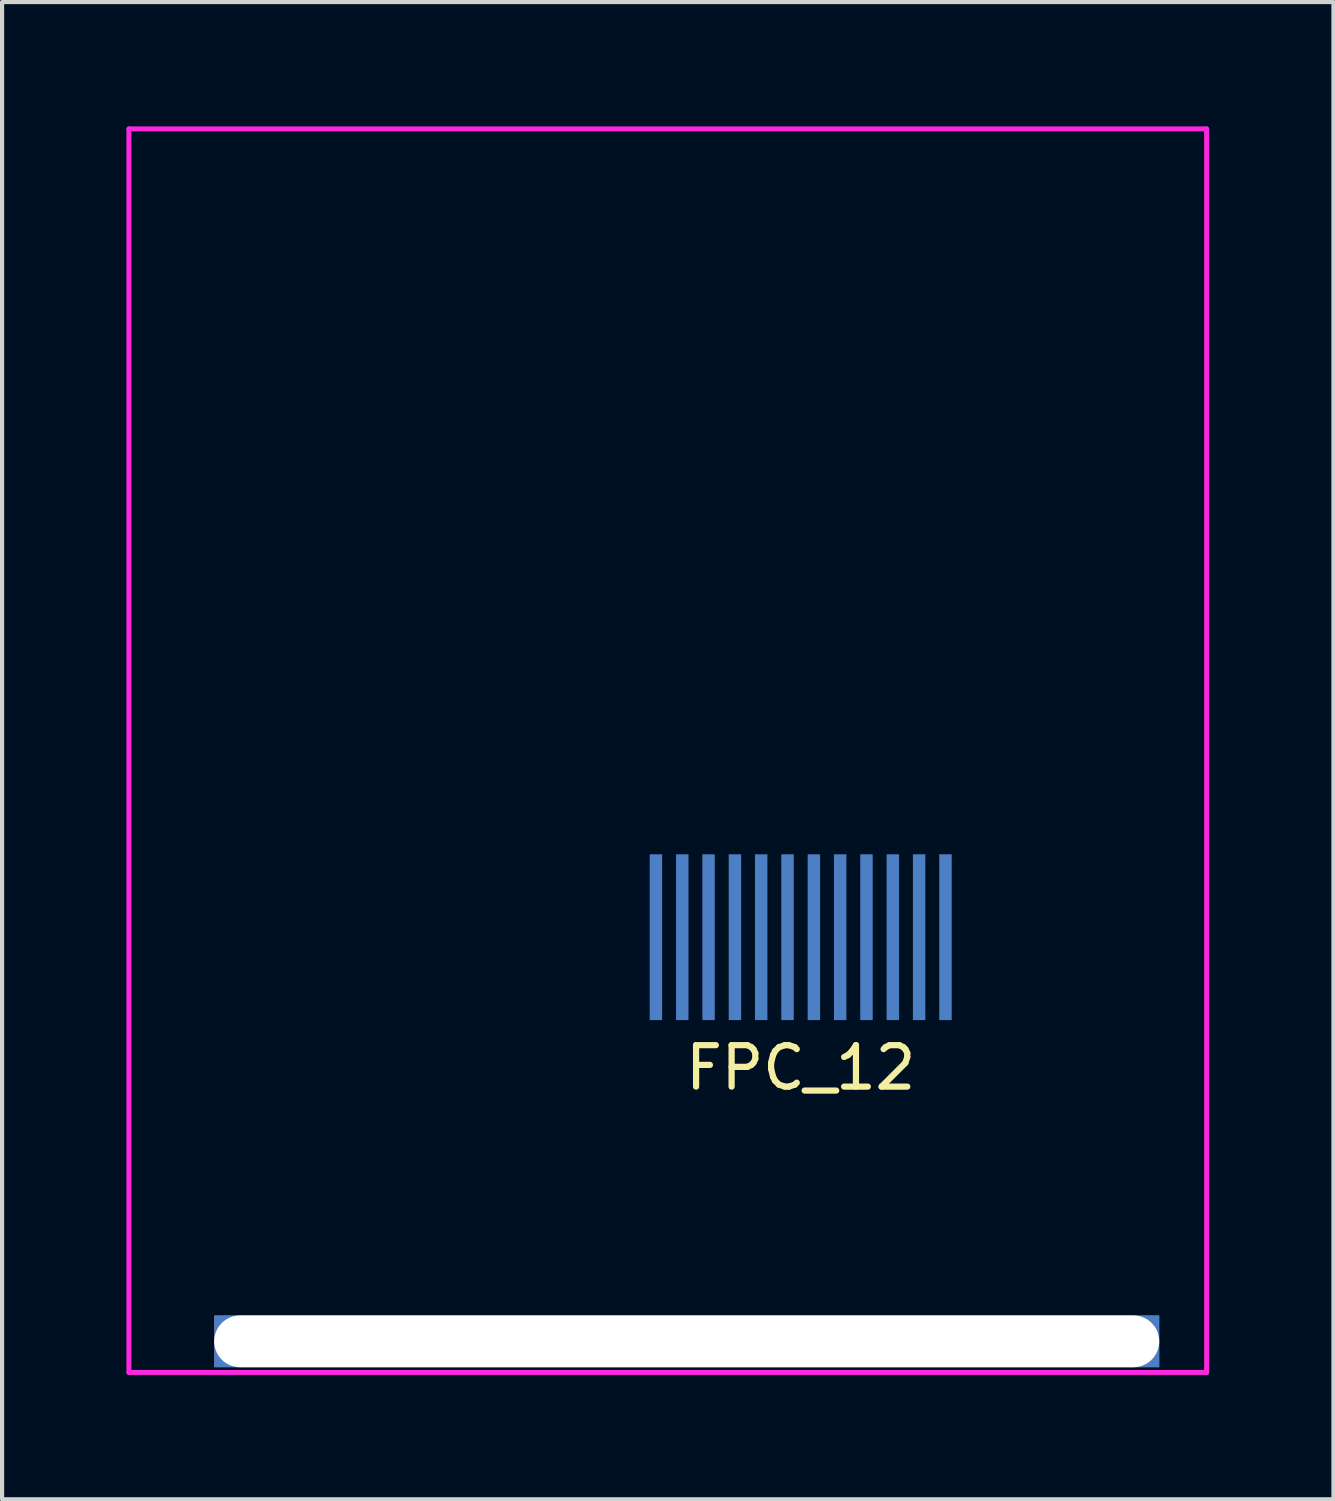
<source format=kicad_pcb>
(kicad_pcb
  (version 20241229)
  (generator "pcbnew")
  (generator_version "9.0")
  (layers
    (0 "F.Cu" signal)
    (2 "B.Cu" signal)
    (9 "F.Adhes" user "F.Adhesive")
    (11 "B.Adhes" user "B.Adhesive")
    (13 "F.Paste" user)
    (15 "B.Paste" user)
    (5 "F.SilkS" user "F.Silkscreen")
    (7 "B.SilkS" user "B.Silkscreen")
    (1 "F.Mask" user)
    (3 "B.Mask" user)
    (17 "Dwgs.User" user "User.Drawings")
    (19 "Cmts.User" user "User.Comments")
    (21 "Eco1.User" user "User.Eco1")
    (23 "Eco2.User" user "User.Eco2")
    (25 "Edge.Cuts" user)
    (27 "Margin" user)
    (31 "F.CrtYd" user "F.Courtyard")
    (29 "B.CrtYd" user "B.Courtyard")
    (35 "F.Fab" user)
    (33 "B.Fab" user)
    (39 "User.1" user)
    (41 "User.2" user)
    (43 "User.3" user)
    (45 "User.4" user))
  (footprint "FPC_12"
    (layer "F.Cu")
    (at 16.267 19.56)
    (property "Reference" "FPC_12" (at 0 3.15 0) (layer "F.SilkS") (effects (font (size 1 1) (thickness 0.15))))
    (attr smd)
    (fp_line (start -16.207 -19.5) (end -16.207 10.5) (stroke (width 0.12) (type solid)) (layer "F.CrtYd"))
    (fp_line (start -16.207 10.5) (end 9.793 10.5) (stroke (width 0.12) (type solid)) (layer "F.CrtYd"))
    (fp_line (start 9.793 -19.5) (end -16.207 -19.5) (stroke (width 0.12) (type solid)) (layer "F.CrtYd"))
    (fp_line (start 9.793 10.5) (end 9.793 -19.5) (stroke (width 0.12) (type solid)) (layer "F.CrtYd"))
    (pad "" thru_hole rect (at -2.75 9.75) (size 22.8 1.25) (drill oval 22.8 1.25) (layers "*.Cu" "F.Mask"))
    (pad "1" smd rect (at 3.493 0) (size 0.3 4) (layers "B.Cu" "B.Mask" "B.Paste"))
    (pad "2" smd rect (at 2.857 0) (size 0.3 4) (layers "B.Cu" "B.Mask" "B.Paste"))
    (pad "3" smd rect (at 2.223 0) (size 0.3 4) (layers "B.Cu" "B.Mask" "B.Paste"))
    (pad "4" smd rect (at 1.587 0) (size 0.3 4) (layers "B.Cu" "B.Mask" "B.Paste"))
    (pad "5" smd rect (at 0.953 0) (size 0.3 4) (layers "B.Cu" "B.Mask" "B.Paste"))
    (pad "6" smd rect (at 0.318 0) (size 0.3 4) (layers "B.Cu" "B.Mask" "B.Paste"))
    (pad "7" smd rect (at -0.318 0) (size 0.3 4) (layers "B.Cu" "B.Mask" "B.Paste"))
    (pad "8" smd rect (at -0.953 0) (size 0.3 4) (layers "B.Cu" "B.Mask" "B.Paste"))
    (pad "9" smd rect (at -1.587 0) (size 0.3 4) (layers "B.Cu" "B.Mask" "B.Paste"))
    (pad "10" smd rect (at -2.223 0) (size 0.3 4) (layers "B.Cu" "B.Mask" "B.Paste"))
    (pad "11" smd rect (at -2.857 0) (size 0.3 4) (layers "B.Cu" "B.Mask" "B.Paste"))
    (pad "12" smd rect (at -3.493 0) (size 0.3 4) (layers "B.Cu" "B.Mask" "B.Paste")))
  (gr_rect
    (start -3 -3)
    (end 29.12 33.12)
    (stroke (width 0.1) (type default))
    (fill no)
    (layer "Edge.Cuts")))
</source>
